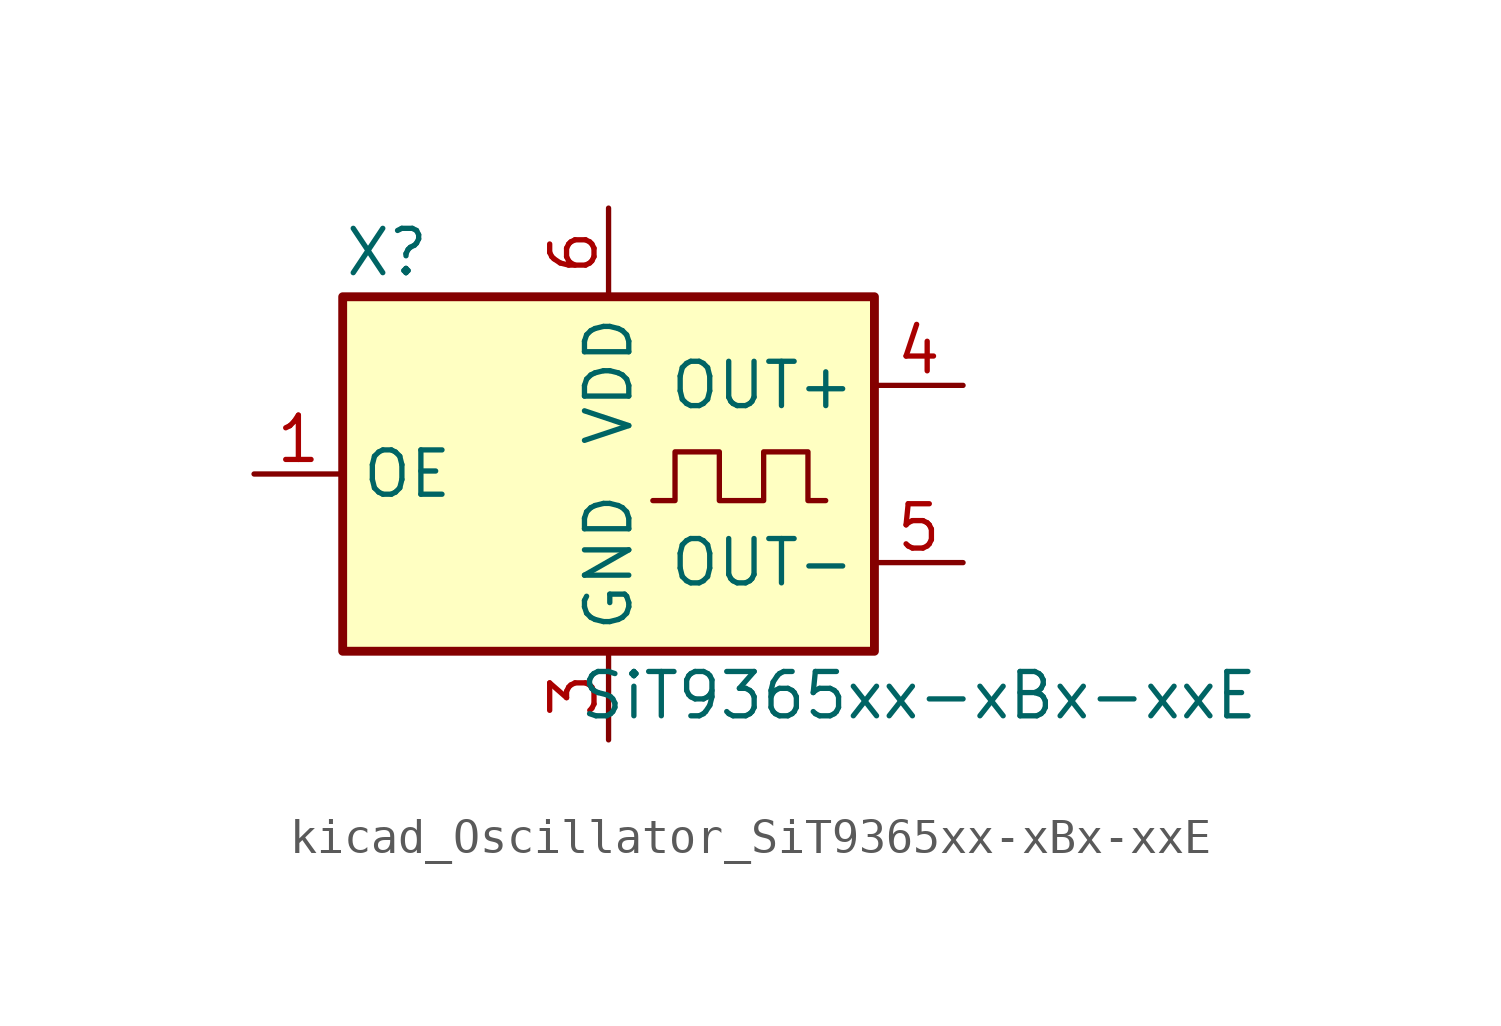
<source format=kicad_sym>
(kicad_symbol_lib
  (version 20220914)
  (generator kicad_symbol_editor)
  (symbol "kicad_Oscillator_SiT9365xx-xBx-xxE"
    (property "Reference" "X"
      (at -6.35 6.35 0)
      (effects (font (size 1.27 1.27))))
    (property "Value" "SiT9365xx-xBx-xxE"
      (at 8.89 -6.35 0)
      (effects (font (size 1.27 1.27))))
    (symbol "kicad_Oscillator_SiT9365xx-xBx-xxE_0_1"
      (rectangle (start -7.62 5.08) (end 7.62 -5.08) (stroke (width 0.254) (type default)) (fill (type background)))
      (polyline (pts (xy 1.27 -0.762) (xy 1.905 -0.762) (xy 1.905 0.635) (xy 3.175 0.635) (xy 3.175 -0.762) (xy 4.445 -0.762) (xy 4.445 0.635) (xy 5.715 0.635) (xy 5.715 -0.762) (xy 6.223 -0.762)) (stroke (width 0) (type default)) (fill (type none))))
    (symbol "kicad_Oscillator_SiT9365xx-xBx-xxE_1_1"
      (pin input line (at -10.16 0 0) (length 2.54) (name "OE" (effects (font (size 1.27 1.27)))) (number "1" (effects (font (size 1.27 1.27)))))
      (pin no_connect line (at -7.62 2.54 0) (length 2.54) hide (name "NC" (effects (font (size 1.27 1.27)))) (number "2" (effects (font (size 1.27 1.27)))))
      (pin power_in line (at 0 -7.62 90) (length 2.54) (name "GND" (effects (font (size 1.27 1.27)))) (number "3" (effects (font (size 1.27 1.27)))))
      (pin output line (at 10.16 2.54 180) (length 2.54) (name "OUT+" (effects (font (size 1.27 1.27)))) (number "4" (effects (font (size 1.27 1.27)))))
      (pin output line (at 10.16 -2.54 180) (length 2.54) (name "OUT-" (effects (font (size 1.27 1.27)))) (number "5" (effects (font (size 1.27 1.27)))))
      (pin power_in line (at 0 7.62 270) (length 2.54) (name "VDD" (effects (font (size 1.27 1.27)))) (number "6" (effects (font (size 1.27 1.27))))))))
</source>
